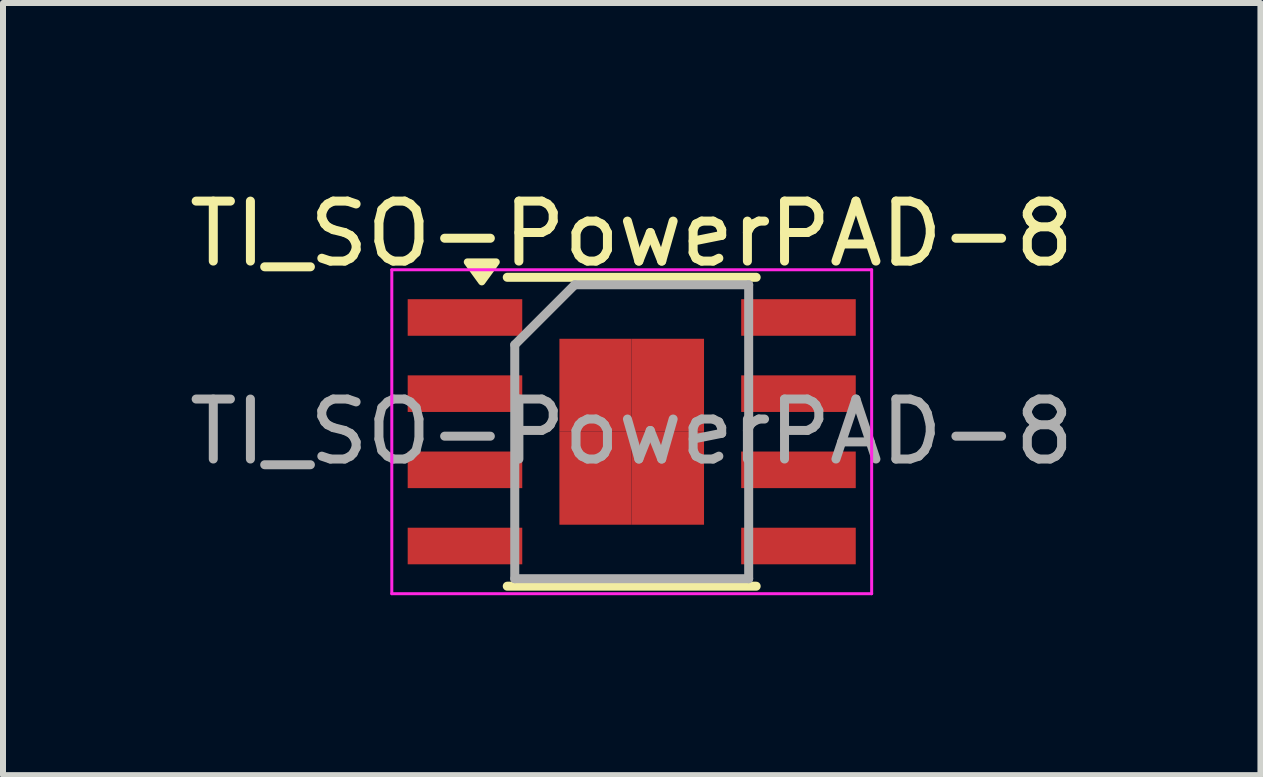
<source format=kicad_pcb>
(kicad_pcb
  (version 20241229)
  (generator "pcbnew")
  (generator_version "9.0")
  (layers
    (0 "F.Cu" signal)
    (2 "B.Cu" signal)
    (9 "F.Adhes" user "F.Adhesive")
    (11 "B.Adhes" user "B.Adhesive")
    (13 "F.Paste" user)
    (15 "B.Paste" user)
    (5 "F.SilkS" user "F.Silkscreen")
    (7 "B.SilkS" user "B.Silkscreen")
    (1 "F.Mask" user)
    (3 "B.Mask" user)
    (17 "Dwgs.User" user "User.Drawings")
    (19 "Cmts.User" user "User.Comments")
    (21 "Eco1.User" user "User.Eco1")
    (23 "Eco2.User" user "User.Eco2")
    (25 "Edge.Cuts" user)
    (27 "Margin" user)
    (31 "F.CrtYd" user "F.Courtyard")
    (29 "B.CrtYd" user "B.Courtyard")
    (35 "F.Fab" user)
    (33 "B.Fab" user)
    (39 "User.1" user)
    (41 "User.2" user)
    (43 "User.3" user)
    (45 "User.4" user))
  (footprint "TI_SO-PowerPAD-8"
    (layer "F.Cu")
    (at 7.482 4.148)
    (property "Reference" "TI_SO-PowerPAD-8" (at 0 -3.3 0) (layer "F.SilkS") (effects (font (size 1 1) (thickness 0.15))))
    (attr smd)
    (fp_line (start -2.075 -2.575) (end 2.075 -2.575) (stroke (width 0.15) (type solid)) (layer "F.SilkS"))
    (fp_line (start -2.075 2.575) (end 2.075 2.575) (stroke (width 0.15) (type solid)) (layer "F.SilkS"))
    (fp_poly (pts (xy -2.5 -2.5) (xy -2.74 -2.83) (xy -2.26 -2.83) (xy -2.5 -2.5)) (stroke (width 0.12) (type solid)) (fill yes) (layer "F.SilkS"))
    (fp_line (start -4 -2.7) (end -4 2.7) (stroke (width 0.05) (type solid)) (layer "F.CrtYd"))
    (fp_line (start -4 -2.7) (end 4 -2.7) (stroke (width 0.05) (type solid)) (layer "F.CrtYd"))
    (fp_line (start -4 2.7) (end 4 2.7) (stroke (width 0.05) (type solid)) (layer "F.CrtYd"))
    (fp_line (start 4 -2.7) (end 4 2.7) (stroke (width 0.05) (type solid)) (layer "F.CrtYd"))
    (fp_line (start -1.95 -1.45) (end -0.95 -2.45) (stroke (width 0.15) (type solid)) (layer "F.Fab"))
    (fp_line (start -1.95 2.45) (end -1.95 -1.45) (stroke (width 0.15) (type solid)) (layer "F.Fab"))
    (fp_line (start -0.95 -2.45) (end 1.95 -2.45) (stroke (width 0.15) (type solid)) (layer "F.Fab"))
    (fp_line (start 1.95 -2.45) (end 1.95 2.45) (stroke (width 0.15) (type solid)) (layer "F.Fab"))
    (fp_line (start 1.95 2.45) (end -1.95 2.45) (stroke (width 0.15) (type solid)) (layer "F.Fab"))
    (fp_text user "${REFERENCE}" (at 0 0 0) (layer "F.Fab") (effects (font (size 1 1) (thickness 0.15))))
    (pad "1" smd rect (at -2.78 -1.905) (size 1.91 0.61) (layers "F.Cu" "F.Mask" "F.Paste"))
    (pad "2" smd rect (at -2.78 -0.635) (size 1.91 0.61) (layers "F.Cu" "F.Mask" "F.Paste"))
    (pad "3" smd rect (at -2.78 0.635) (size 1.91 0.61) (layers "F.Cu" "F.Mask" "F.Paste"))
    (pad "4" smd rect (at -2.78 1.905) (size 1.91 0.61) (layers "F.Cu" "F.Mask" "F.Paste"))
    (pad "5" smd rect (at 2.78 1.905) (size 1.91 0.61) (layers "F.Cu" "F.Mask" "F.Paste"))
    (pad "6" smd rect (at 2.78 0.635) (size 1.91 0.61) (layers "F.Cu" "F.Mask" "F.Paste"))
    (pad "7" smd rect (at 2.78 -0.635) (size 1.91 0.61) (layers "F.Cu" "F.Mask" "F.Paste"))
    (pad "8" smd rect (at 2.78 -1.905) (size 1.91 0.61) (layers "F.Cu" "F.Mask" "F.Paste"))
    (pad "9" smd rect (at -0.603 -0.775) (size 1.205 1.55) (layers "F.Cu" "F.Mask" "F.Paste"))
    (pad "9" smd rect (at -0.603 0.775) (size 1.205 1.55) (layers "F.Cu" "F.Mask" "F.Paste"))
    (pad "9" smd rect (at 0.603 -0.775) (size 1.205 1.55) (layers "F.Cu" "F.Mask" "F.Paste"))
    (pad "9" smd rect (at 0.603 0.775) (size 1.205 1.55) (layers "F.Cu" "F.Mask" "F.Paste")))
  (gr_rect
    (start -3 -3)
    (end 17.964 9.873)
    (stroke (width 0.1) (type default))
    (fill no)
    (layer "Edge.Cuts")))
</source>
